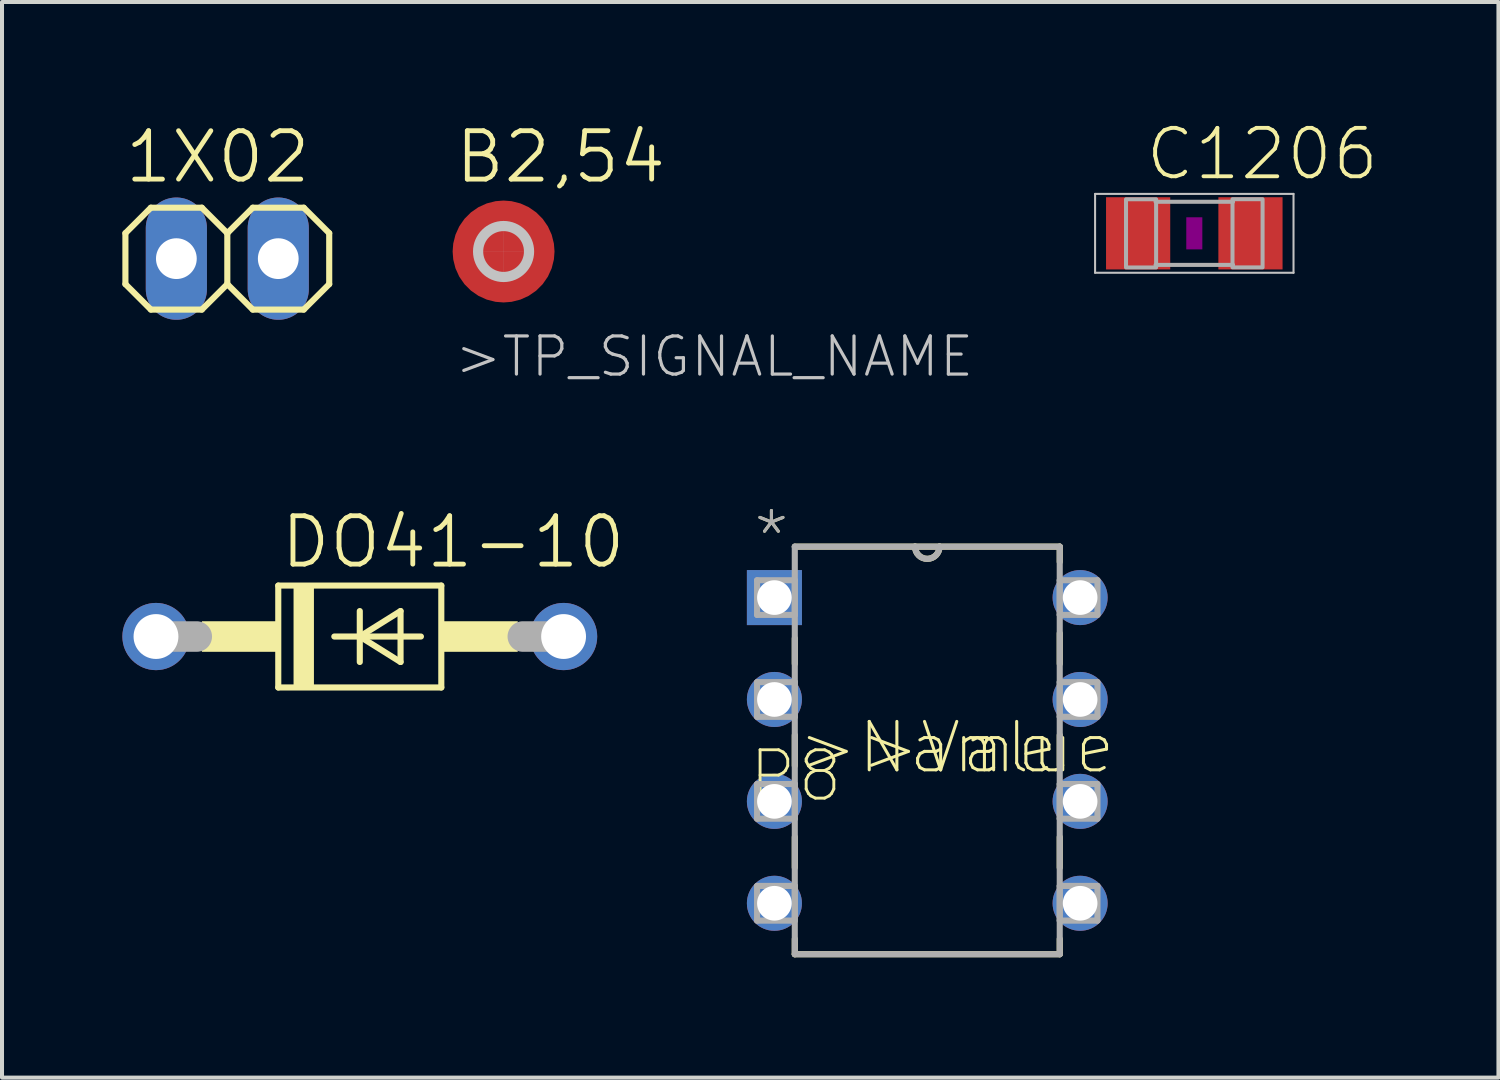
<source format=kicad_pcb>
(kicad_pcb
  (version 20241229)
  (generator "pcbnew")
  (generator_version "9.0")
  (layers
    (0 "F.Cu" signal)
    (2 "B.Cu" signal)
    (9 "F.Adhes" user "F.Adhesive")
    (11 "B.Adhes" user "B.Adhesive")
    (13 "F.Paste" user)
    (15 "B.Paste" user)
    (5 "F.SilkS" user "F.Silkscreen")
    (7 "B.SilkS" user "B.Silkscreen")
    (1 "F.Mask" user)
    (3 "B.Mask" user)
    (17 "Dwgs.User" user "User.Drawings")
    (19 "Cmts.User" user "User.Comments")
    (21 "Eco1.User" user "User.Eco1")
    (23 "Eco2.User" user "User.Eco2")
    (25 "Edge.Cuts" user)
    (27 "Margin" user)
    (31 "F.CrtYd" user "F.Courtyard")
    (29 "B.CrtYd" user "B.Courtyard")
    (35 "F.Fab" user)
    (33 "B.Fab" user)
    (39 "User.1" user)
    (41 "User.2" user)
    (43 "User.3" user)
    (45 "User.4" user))
  (footprint "DO41-10"
    (layer "F.Cu")
    (at 5.918 12.816)
    (property "Reference" "DO41-10" (at -2.032 -1.651 180) (layer "F.SilkS") (effects (font (size 1.206 1.206) (thickness 0.121)) (justify left bottom)))
    (attr through_hole)
    (fp_line (start -2.032 -1.27) (end -2.032 1.27) (stroke (width 0.152) (type solid)) (layer "F.SilkS"))
    (fp_line (start -2.032 -1.27) (end 2.032 -1.27) (stroke (width 0.152) (type solid)) (layer "F.SilkS"))
    (fp_line (start -0.635 0) (end 0 0) (stroke (width 0.152) (type solid)) (layer "F.SilkS"))
    (fp_line (start 0 -0.635) (end 0 0) (stroke (width 0.152) (type solid)) (layer "F.SilkS"))
    (fp_line (start 0 0) (end 0 0.635) (stroke (width 0.152) (type solid)) (layer "F.SilkS"))
    (fp_line (start 0 0) (end 1.016 -0.635) (stroke (width 0.152) (type solid)) (layer "F.SilkS"))
    (fp_line (start 0 0) (end 1.524 0) (stroke (width 0.152) (type solid)) (layer "F.SilkS"))
    (fp_line (start 1.016 -0.635) (end 1.016 0.635) (stroke (width 0.152) (type solid)) (layer "F.SilkS"))
    (fp_line (start 1.016 0.635) (end 0 0) (stroke (width 0.152) (type solid)) (layer "F.SilkS"))
    (fp_line (start 2.032 1.27) (end -2.032 1.27) (stroke (width 0.152) (type solid)) (layer "F.SilkS"))
    (fp_line (start 2.032 1.27) (end 2.032 -1.27) (stroke (width 0.152) (type solid)) (layer "F.SilkS"))
    (fp_poly (pts (xy -3.937 0.381) (xy -2.032 0.381) (xy -2.032 -0.381) (xy -3.937 -0.381)) (stroke (width 0) (type solid)) (fill yes) (layer "F.SilkS"))
    (fp_poly (pts (xy -1.651 1.27) (xy -1.143 1.27) (xy -1.143 -1.27) (xy -1.651 -1.27)) (stroke (width 0) (type solid)) (fill yes) (layer "F.SilkS"))
    (fp_poly (pts (xy 2.032 0.381) (xy 3.937 0.381) (xy 3.937 -0.381) (xy 2.032 -0.381)) (stroke (width 0) (type solid)) (fill yes) (layer "F.SilkS"))
    (fp_line (start -5.08 0) (end -4.064 0) (stroke (width 0.762) (type solid)) (layer "F.Fab"))
    (fp_line (start 5.08 0) (end 4.064 0) (stroke (width 0.762) (type solid)) (layer "F.Fab"))
    (pad "A" thru_hole circle (at 5.08 0) (size 1.676 1.676) (drill 1.118) (layers "*.Cu" "*.Mask"))
    (pad "C" thru_hole circle (at -5.08 0) (size 1.676 1.676) (drill 1.118) (layers "*.Cu" "*.Mask")))
  (footprint "C1206"
    (layer "F.Cu")
    (at 26.719 2.766)
    (property "Reference" "C1206" (at -1.27 -1.27 0) (layer "F.SilkS") (effects (font (size 1.206 1.206) (thickness 0.097)) (justify left bottom)))
    (attr through_hole)
    (fp_poly (pts (xy -0.2 0.4) (xy 0.2 0.4) (xy 0.2 -0.4) (xy -0.2 -0.4)) (stroke (width 0) (type solid)) (fill yes) (layer "F.Adhes"))
    (fp_line (start -2.473 -0.983) (end 2.473 -0.983) (stroke (width 0.051) (type solid)) (layer "Dwgs.User"))
    (fp_line (start -2.473 0.983) (end -2.473 -0.983) (stroke (width 0.051) (type solid)) (layer "Dwgs.User"))
    (fp_line (start 2.473 -0.983) (end 2.473 0.983) (stroke (width 0.051) (type solid)) (layer "Dwgs.User"))
    (fp_line (start 2.473 0.983) (end -2.473 0.983) (stroke (width 0.051) (type solid)) (layer "Dwgs.User"))
    (fp_line (start -0.965 -0.787) (end 0.965 -0.787) (stroke (width 0.102) (type solid)) (layer "F.Fab"))
    (fp_line (start -0.965 0.787) (end 0.965 0.787) (stroke (width 0.102) (type solid)) (layer "F.Fab"))
    (fp_poly (pts (xy -1.702 0.851) (xy -0.952 0.851) (xy -0.952 -0.849) (xy -1.702 -0.849)) (stroke (width 0.1) (type solid)) (fill no) (layer "F.Fab"))
    (fp_poly (pts (xy 0.952 0.849) (xy 1.702 0.849) (xy 1.702 -0.851) (xy 0.952 -0.851)) (stroke (width 0.1) (type solid)) (fill no) (layer "F.Fab"))
    (pad "1" smd rect (at -1.4 0) (size 1.6 1.8) (layers "F.Cu" "F.Mask" "F.Paste"))
    (pad "2" smd rect (at 1.4 0) (size 1.6 1.8) (layers "F.Cu" "F.Mask" "F.Paste")))
  (footprint "B2,54"
    (layer "F.Cu")
    (at 9.502 3.219)
    (property "Reference" "B2,54" (at -1.27 -1.651 0) (layer "F.SilkS") (effects (font (size 1.206 1.206) (thickness 0.121)) (justify left bottom)))
    (attr through_hole)
    (fp_line (start -0.635 0) (end 0.635 0) (stroke (width 0.002) (type solid)) (layer "Dwgs.User"))
    (fp_line (start 0 0.635) (end 0 -0.635) (stroke (width 0.002) (type solid)) (layer "Dwgs.User"))
    (fp_circle (center 0 0) (end 0.635 0) (stroke (width 0.254) (type solid)) (fill no) (layer "Dwgs.User"))
    (fp_text user ">TP_SIGNAL_NAME" (at -1.27 3.175 0) (layer "Dwgs.User") (effects (font (size 0.95 0.95) (thickness 0.08)) (justify left bottom)))
    (pad "TP" smd roundrect (at 0 0) (size 2.54 2.54) (layers "F.Cu" "F.Mask") (roundrect_rratio 0.5)))
  (footprint "P8"
    (layer "F.Cu")
    (at 23.873 19.465)
    (property "Reference" "P8" (at -7.087 -3.175 0) (layer "F.SilkS") (effects (font (size 1.206 1.206) (thickness 0.072))))
    (attr through_hole)
    (fp_line (start -7.112 -6.604) (end -7.112 -5.969) (stroke (width 0.152) (type solid)) (layer "F.SilkS"))
    (fp_line (start -7.112 -4.191) (end -7.112 -3.429) (stroke (width 0.152) (type solid)) (layer "F.SilkS"))
    (fp_line (start -7.112 -1.651) (end -7.112 -0.889) (stroke (width 0.152) (type solid)) (layer "F.SilkS"))
    (fp_line (start -7.112 0.889) (end -7.112 1.27) (stroke (width 0.152) (type solid)) (layer "F.SilkS"))
    (fp_line (start -7.112 1.27) (end -0.508 1.27) (stroke (width 0.152) (type solid)) (layer "F.SilkS"))
    (fp_line (start -4.115 -8.89) (end -7.112 -8.89) (stroke (width 0.152) (type solid)) (layer "F.SilkS"))
    (fp_line (start -3.505 -8.89) (end -4.115 -8.89) (stroke (width 0.152) (type solid)) (layer "F.SilkS"))
    (fp_line (start -0.508 -8.89) (end -3.505 -8.89) (stroke (width 0.152) (type solid)) (layer "F.SilkS"))
    (fp_line (start -0.508 -8.509) (end -0.508 -8.89) (stroke (width 0.152) (type solid)) (layer "F.SilkS"))
    (fp_line (start -0.508 -5.969) (end -0.508 -6.731) (stroke (width 0.152) (type solid)) (layer "F.SilkS"))
    (fp_line (start -0.508 -3.429) (end -0.508 -4.191) (stroke (width 0.152) (type solid)) (layer "F.SilkS"))
    (fp_line (start -0.508 -0.889) (end -0.508 -1.651) (stroke (width 0.152) (type solid)) (layer "F.SilkS"))
    (fp_line (start -0.508 1.27) (end -0.508 0.889) (stroke (width 0.152) (type solid)) (layer "F.SilkS"))
    (fp_arc (start -3.5052 -8.89) (mid -3.81 -8.5852) (end -4.1148 -8.89) (stroke (width 0.1524) (type solid)) (layer "F.SilkS"))
    (fp_line (start -8.052 -8.052) (end -8.052 -7.188) (stroke (width 0.152) (type solid)) (layer "F.Fab"))
    (fp_line (start -8.052 -7.188) (end -7.112 -7.188) (stroke (width 0.152) (type solid)) (layer "F.Fab"))
    (fp_line (start -8.052 -5.512) (end -8.052 -4.648) (stroke (width 0.152) (type solid)) (layer "F.Fab"))
    (fp_line (start -8.052 -4.648) (end -7.112 -4.648) (stroke (width 0.152) (type solid)) (layer "F.Fab"))
    (fp_line (start -8.052 -2.972) (end -8.052 -2.108) (stroke (width 0.152) (type solid)) (layer "F.Fab"))
    (fp_line (start -8.052 -2.108) (end -7.112 -2.108) (stroke (width 0.152) (type solid)) (layer "F.Fab"))
    (fp_line (start -8.052 -0.432) (end -8.052 0.432) (stroke (width 0.152) (type solid)) (layer "F.Fab"))
    (fp_line (start -8.052 0.432) (end -7.112 0.432) (stroke (width 0.152) (type solid)) (layer "F.Fab"))
    (fp_line (start -7.112 -8.89) (end -7.112 1.27) (stroke (width 0.152) (type solid)) (layer "F.Fab"))
    (fp_line (start -7.112 -8.052) (end -8.052 -8.052) (stroke (width 0.152) (type solid)) (layer "F.Fab"))
    (fp_line (start -7.112 -7.188) (end -7.112 -8.052) (stroke (width 0.152) (type solid)) (layer "F.Fab"))
    (fp_line (start -7.112 -5.512) (end -8.052 -5.512) (stroke (width 0.152) (type solid)) (layer "F.Fab"))
    (fp_line (start -7.112 -4.648) (end -7.112 -5.512) (stroke (width 0.152) (type solid)) (layer "F.Fab"))
    (fp_line (start -7.112 -2.972) (end -8.052 -2.972) (stroke (width 0.152) (type solid)) (layer "F.Fab"))
    (fp_line (start -7.112 -2.108) (end -7.112 -2.972) (stroke (width 0.152) (type solid)) (layer "F.Fab"))
    (fp_line (start -7.112 -0.432) (end -8.052 -0.432) (stroke (width 0.152) (type solid)) (layer "F.Fab"))
    (fp_line (start -7.112 0.432) (end -7.112 -0.432) (stroke (width 0.152) (type solid)) (layer "F.Fab"))
    (fp_line (start -7.112 1.27) (end -0.508 1.27) (stroke (width 0.152) (type solid)) (layer "F.Fab"))
    (fp_line (start -4.115 -8.89) (end -7.112 -8.89) (stroke (width 0.152) (type solid)) (layer "F.Fab"))
    (fp_line (start -3.505 -8.89) (end -4.115 -8.89) (stroke (width 0.152) (type solid)) (layer "F.Fab"))
    (fp_line (start -0.508 -8.89) (end -3.505 -8.89) (stroke (width 0.152) (type solid)) (layer "F.Fab"))
    (fp_line (start -0.508 -8.052) (end -0.508 -7.188) (stroke (width 0.152) (type solid)) (layer "F.Fab"))
    (fp_line (start -0.508 -7.188) (end 0.432 -7.188) (stroke (width 0.152) (type solid)) (layer "F.Fab"))
    (fp_line (start -0.508 -5.512) (end -0.508 -4.648) (stroke (width 0.152) (type solid)) (layer "F.Fab"))
    (fp_line (start -0.508 -4.648) (end 0.432 -4.648) (stroke (width 0.152) (type solid)) (layer "F.Fab"))
    (fp_line (start -0.508 -2.972) (end -0.508 -2.108) (stroke (width 0.152) (type solid)) (layer "F.Fab"))
    (fp_line (start -0.508 -2.108) (end 0.432 -2.108) (stroke (width 0.152) (type solid)) (layer "F.Fab"))
    (fp_line (start -0.508 -0.432) (end -0.508 0.432) (stroke (width 0.152) (type solid)) (layer "F.Fab"))
    (fp_line (start -0.508 0.432) (end 0.432 0.432) (stroke (width 0.152) (type solid)) (layer "F.Fab"))
    (fp_line (start -0.508 1.27) (end -0.508 -8.89) (stroke (width 0.152) (type solid)) (layer "F.Fab"))
    (fp_line (start 0.432 -8.052) (end -0.508 -8.052) (stroke (width 0.152) (type solid)) (layer "F.Fab"))
    (fp_line (start 0.432 -7.188) (end 0.432 -8.052) (stroke (width 0.152) (type solid)) (layer "F.Fab"))
    (fp_line (start 0.432 -5.512) (end -0.508 -5.512) (stroke (width 0.152) (type solid)) (layer "F.Fab"))
    (fp_line (start 0.432 -4.648) (end 0.432 -5.512) (stroke (width 0.152) (type solid)) (layer "F.Fab"))
    (fp_line (start 0.432 -2.972) (end -0.508 -2.972) (stroke (width 0.152) (type solid)) (layer "F.Fab"))
    (fp_line (start 0.432 -2.108) (end 0.432 -2.972) (stroke (width 0.152) (type solid)) (layer "F.Fab"))
    (fp_line (start 0.432 -0.432) (end -0.508 -0.432) (stroke (width 0.152) (type solid)) (layer "F.Fab"))
    (fp_line (start 0.432 0.432) (end 0.432 -0.432) (stroke (width 0.152) (type solid)) (layer "F.Fab"))
    (fp_arc (start -3.5052 -8.89) (mid -3.81 -8.5852) (end -4.1148 -8.89) (stroke (width 0.1524) (type solid)) (layer "F.Fab"))
    (fp_text user ">Value" (at -5.537 -3.175 0) (layer "F.SilkS") (effects (font (size 1.206 1.206) (thickness 0.076)) (justify left bottom)))
    (fp_text user "*" (at -8.204 -8.433 0) (layer "F.SilkS") (effects (font (size 1.206 1.206) (thickness 0.076)) (justify left bottom)))
    (fp_text user ">Name" (at -7.087 -3.175 0) (layer "F.SilkS") (effects (font (size 1.206 1.206) (thickness 0.076)) (justify left bottom)))
    (fp_text user "*" (at -8.204 -8.433 0) (layer "F.Fab") (effects (font (size 1.206 1.206) (thickness 0.076)) (justify left bottom)))
    (pad "1" thru_hole rect (at -7.62 -7.62) (size 1.372 1.372) (drill 0.864) (layers "*.Cu" "*.Mask"))
    (pad "2" thru_hole circle (at -7.62 -5.08) (size 1.372 1.372) (drill 0.864) (layers "*.Cu" "*.Mask"))
    (pad "3" thru_hole circle (at -7.62 -2.54) (size 1.372 1.372) (drill 0.864) (layers "*.Cu" "*.Mask"))
    (pad "4" thru_hole circle (at -7.62 0) (size 1.372 1.372) (drill 0.864) (layers "*.Cu" "*.Mask"))
    (pad "5" thru_hole circle (at 0 0) (size 1.372 1.372) (drill 0.864) (layers "*.Cu" "*.Mask"))
    (pad "6" thru_hole circle (at 0 -2.54) (size 1.372 1.372) (drill 0.864) (layers "*.Cu" "*.Mask"))
    (pad "7" thru_hole circle (at 0 -5.08) (size 1.372 1.372) (drill 0.864) (layers "*.Cu" "*.Mask"))
    (pad "8" thru_hole circle (at 0 -7.62) (size 1.372 1.372) (drill 0.864) (layers "*.Cu" "*.Mask")))
  (footprint "1X02"
    (layer "F.Cu")
    (at 2.616 3.397)
    (property "Reference" "1X02" (at -2.616 -1.829 0) (layer "F.SilkS") (effects (font (size 1.206 1.206) (thickness 0.121)) (justify left bottom)))
    (attr through_hole)
    (fp_line (start -2.54 -0.635) (end -2.54 0.635) (stroke (width 0.152) (type solid)) (layer "F.SilkS"))
    (fp_line (start -2.54 0.635) (end -1.905 1.27) (stroke (width 0.152) (type solid)) (layer "F.SilkS"))
    (fp_line (start -1.905 -1.27) (end -2.54 -0.635) (stroke (width 0.152) (type solid)) (layer "F.SilkS"))
    (fp_line (start -1.905 -1.27) (end -0.635 -1.27) (stroke (width 0.152) (type solid)) (layer "F.SilkS"))
    (fp_line (start -0.635 -1.27) (end 0 -0.635) (stroke (width 0.152) (type solid)) (layer "F.SilkS"))
    (fp_line (start -0.635 1.27) (end -1.905 1.27) (stroke (width 0.152) (type solid)) (layer "F.SilkS"))
    (fp_line (start 0 -0.635) (end 0 0.635) (stroke (width 0.152) (type solid)) (layer "F.SilkS"))
    (fp_line (start 0 -0.635) (end 0.635 -1.27) (stroke (width 0.152) (type solid)) (layer "F.SilkS"))
    (fp_line (start 0 0.635) (end -0.635 1.27) (stroke (width 0.152) (type solid)) (layer "F.SilkS"))
    (fp_line (start 0.635 -1.27) (end 1.905 -1.27) (stroke (width 0.152) (type solid)) (layer "F.SilkS"))
    (fp_line (start 0.635 1.27) (end 0 0.635) (stroke (width 0.152) (type solid)) (layer "F.SilkS"))
    (fp_line (start 1.905 -1.27) (end 2.54 -0.635) (stroke (width 0.152) (type solid)) (layer "F.SilkS"))
    (fp_line (start 1.905 1.27) (end 0.635 1.27) (stroke (width 0.152) (type solid)) (layer "F.SilkS"))
    (fp_line (start 2.54 -0.635) (end 2.54 0.635) (stroke (width 0.152) (type solid)) (layer "F.SilkS"))
    (fp_line (start 2.54 0.635) (end 1.905 1.27) (stroke (width 0.152) (type solid)) (layer "F.SilkS"))
    (fp_poly (pts (xy -1.524 0.254) (xy -1.016 0.254) (xy -1.016 -0.254) (xy -1.524 -0.254)) (stroke (width 0.1) (type solid)) (fill no) (layer "F.Fab"))
    (fp_poly (pts (xy 1.016 0.254) (xy 1.524 0.254) (xy 1.524 -0.254) (xy 1.016 -0.254)) (stroke (width 0.1) (type solid)) (fill no) (layer "F.Fab"))
    (pad "1" thru_hole oval (at -1.27 0 90) (size 3.048 1.524) (drill 1.016) (layers "*.Cu" "*.Mask"))
    (pad "2" thru_hole oval (at 1.27 0 90) (size 3.048 1.524) (drill 1.016) (layers "*.Cu" "*.Mask")))
  (gr_rect
    (start -3 -3)
    (end 34.3 23.811)
    (stroke (width 0.1) (type default))
    (fill no)
    (layer "Edge.Cuts")))
</source>
